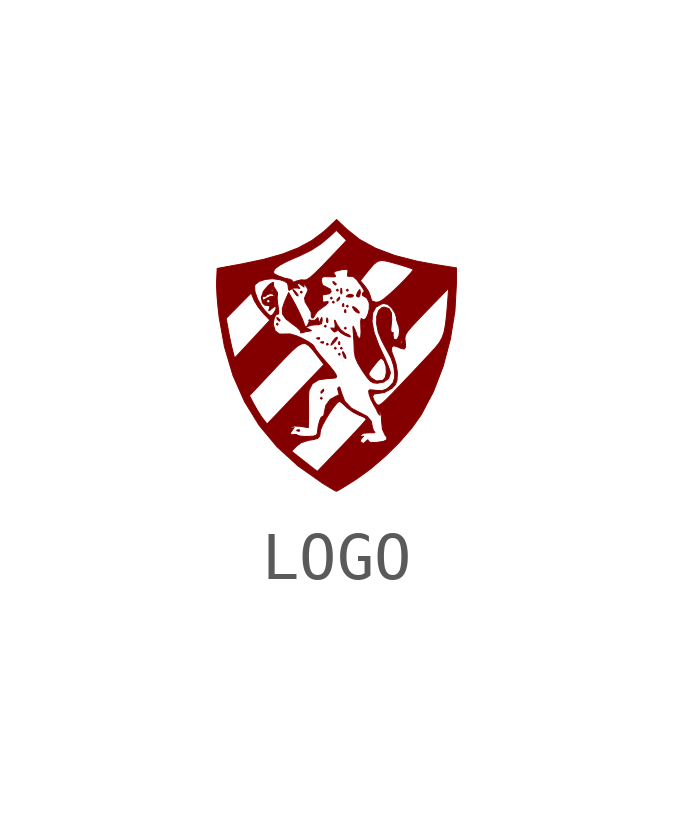
<source format=kicad_sym>
(kicad_symbol_lib
  (version 20220914)
  (generator "bitmap2component")
  (generator_version "9.0")
  (symbol "LOGO"
    (pin_names
      (offset 1.016))
    (property "Reference" "#G"
      (at 0 2.681 0)
      (effects (font (size 1.27 1.27)) hide))
    (symbol "LOGO_0_0"
      (polyline (pts (xy 0.035 -3.297) (xy 0.126 -3.244) (xy 0.259 -3.162) (xy 0.418 -3.061) (xy 0.717 -2.845) (xy 1.022 -2.583) (xy 1.312 -2.296) (xy 1.567 -2.003) (xy 1.765 -1.725) (xy 1.773 -1.712) (xy 2.023 -1.237) (xy 2.226 -0.709) (xy 2.376 -0.144) (xy 2.47 0.439) (xy 2.502 1.023) (xy 2.502 1.339) (xy 2.033 1.414) (xy 1.686 1.478) (xy 1.217 1.598) (xy 0.818 1.749) (xy 0.485 1.931) (xy 0.213 2.148) (xy 0.006 2.346) (xy -0.202 2.15) (xy -0.274 2.086) (xy -0.515 1.907) (xy -0.794 1.756) (xy -1.123 1.628) (xy -1.512 1.518) (xy -1.973 1.421) (xy -2.482 1.328) (xy -2.485 1.257) (xy -1.313 1.257) (xy -1.279 1.317) (xy -1.267 1.331) (xy -1.182 1.393) (xy -1.048 1.466) (xy -0.889 1.538) (xy -0.759 1.593) (xy -0.52 1.71) (xy -0.322 1.839) (xy -0.135 1.997) (xy 0.001 2.124) (xy 0.107 2.018) (xy 0.214 1.911) (xy -0.191 1.486) (xy -0.296 1.376) (xy 0.167 1.376) (xy 0.188 1.397) (xy 0.208 1.376) (xy 0.188 1.356) (xy 0.167 1.376) (xy -0.296 1.376) (xy -0.444 1.23) (xy -0.55 1.137) (xy -0.623 1.091) (xy -0.671 1.086) (xy -0.732 1.091) (xy -0.833 1.065) (xy -0.889 1.042) (xy -0.918 1.062) (xy -0.925 1.083) (xy -0.982 1.105) (xy -0.992 1.106) (xy -1.08 1.126) (xy -1.193 1.167) (xy -1.22 1.178) (xy -1.298 1.218) (xy -1.313 1.257) (xy -2.485 1.257) (xy -2.494 1.07) (xy -2.495 0.963) (xy -1.703 0.963) (xy -1.69 0.993) (xy -1.611 1.057) (xy -1.483 1.099) (xy -1.332 1.114) (xy -1.181 1.095) (xy -1.072 1.059) (xy -1.015 1.014) (xy -1.001 0.946) (xy -1 0.913) (xy -0.985 0.871) (xy -0.939 0.896) (xy -0.895 0.92) (xy -0.808 0.921) (xy -0.794 0.916) (xy -0.761 0.913) (xy -0.792 0.958) (xy -0.803 0.973) (xy -0.815 1.015) (xy -0.778 1.015) (xy -0.711 0.97) (xy -0.706 0.965) (xy -0.672 0.94) (xy -0.688 0.98) (xy -0.692 0.988) (xy -0.693 1.01) (xy -0.643 0.969) (xy -0.623 0.95) (xy -0.588 0.886) (xy -0.616 0.813) (xy -0.624 0.8) (xy -0.662 0.711) (xy -0.649 0.628) (xy -0.581 0.518) (xy -0.571 0.502) (xy -0.525 0.414) (xy -0.519 0.358) (xy -0.525 0.345) (xy -0.506 0.295) (xy -0.479 0.298) (xy -0.447 0.355) (xy -0.445 0.361) (xy -0.39 0.439) (xy -0.296 0.511) (xy -0.22 0.563) (xy -0.172 0.613) (xy -0.173 0.641) (xy -0.23 0.631) (xy -0.27 0.625) (xy -0.289 0.661) (xy -0.291 0.761) (xy -0.271 0.781) (xy -0.197 0.792) (xy -0.146 0.801) (xy -0.107 0.843) (xy -0.128 0.897) (xy -0.209 0.939) (xy -0.287 0.978) (xy -0.313 1.065) (xy -0.313 1.077) (xy -0.301 1.137) (xy -0.255 1.158) (xy -0.149 1.155) (xy -0.05 1.151) (xy -0.015 1.164) (xy -0.035 1.202) (xy -0.054 1.231) (xy -0.039 1.263) (xy 0.046 1.288) (xy 0.135 1.304) (xy 0.216 1.31) (xy 0.245 1.286) (xy 0.237 1.227) (xy 0.232 1.17) (xy 0.267 1.161) (xy 0.29 1.167) (xy 0.353 1.157) (xy 0.425 1.093) (xy 0.441 1.071) (xy 0.499 1.071) (xy 0.62 1.224) (xy 0.678 1.296) (xy 0.778 1.413) (xy 0.861 1.477) (xy 0.95 1.495) (xy 1.07 1.476) (xy 1.244 1.427) (xy 1.302 1.411) (xy 1.449 1.365) (xy 1.556 1.329) (xy 1.603 1.309) (xy 1.591 1.283) (xy 1.531 1.21) (xy 1.431 1.102) (xy 1.302 0.972) (xy 1.196 0.871) (xy 1.065 0.754) (xy 0.96 0.671) (xy 0.897 0.634) (xy 0.827 0.623) (xy 0.739 0.651) (xy 0.709 0.738) (xy 0.708 0.751) (xy 0.673 0.844) (xy 0.604 0.947) (xy 0.499 1.071) (xy 0.441 1.071) (xy 0.519 0.966) (xy 0.553 0.914) (xy 0.589 0.848) (xy 0.585 0.834) (xy 0.563 0.838) (xy 0.542 0.795) (xy 0.548 0.764) (xy 0.589 0.74) (xy 0.59 0.741) (xy 0.635 0.712) (xy 0.678 0.631) (xy 0.688 0.588) (xy 0.686 0.485) (xy 0.662 0.382) (xy 0.624 0.298) (xy 0.579 0.255) (xy 0.537 0.274) (xy 0.517 0.285) (xy 0.507 0.228) (xy 0.51 0.125) (xy 0.542 0.125) (xy 0.563 0.146) (xy 0.584 0.125) (xy 0.563 0.104) (xy 0.542 0.125) (xy 0.51 0.125) (xy 0.511 0.093) (xy 0.515 0.004) (xy 0.508 -0.104) (xy 0.482 -0.133) (xy 0.471 -0.128) (xy 0.434 -0.08) (xy 0.42 -0.028) (xy 0.384 0.063) (xy 0.374 0.083) (xy 0.351 0.125) (xy 0.345 0.1) (xy 0.353 0.000100) (xy 0.356 -0.033) (xy 0.366 -0.196) (xy 0.372 -0.36) (xy 0.374 -0.399) (xy 0.394 -0.522) (xy 0.448 -0.649) (xy 0.546 -0.808) (xy 0.555 -0.823) (xy 0.576 -0.852) (xy 0.678 -0.852) (xy 0.716 -0.787) (xy 0.8 -0.679) (xy 0.856 -0.61) (xy 0.913 -0.553) (xy 0.951 -0.548) (xy 0.987 -0.587) (xy 1 -0.607) (xy 1.035 -0.713) (xy 1.042 -0.835) (xy 1.022 -0.94) (xy 0.977 -0.996) (xy 0.954 -1.005) (xy 0.833 -1.016) (xy 0.733 -0.956) (xy 0.719 -0.943) (xy 0.681 -0.896) (xy 0.678 -0.852) (xy 0.576 -0.852) (xy 0.646 -0.951) (xy 0.714 -1.024) (xy 0.777 -1.056) (xy 0.855 -1.063) (xy 0.989 -1.038) (xy 1.089 -0.963) (xy 1.126 -0.851) (xy 1.118 -0.811) (xy 1.08 -0.703) (xy 1.017 -0.554) (xy 0.937 -0.384) (xy 0.888 -0.279) (xy 0.787 -0.009) (xy 0.743 0.218) (xy 0.754 0.396) (xy 0.823 0.521) (xy 0.947 0.59) (xy 0.988 0.597) (xy 1.07 0.581) (xy 1.154 0.505) (xy 1.161 0.496) (xy 1.225 0.396) (xy 1.251 0.308) (xy 1.257 0.253) (xy 1.292 0.147) (xy 1.303 0.123) (xy 1.318 0.027) (xy 1.306 -0.071) (xy 1.272 -0.142) (xy 1.222 -0.158) (xy 1.191 -0.133) (xy 1.181 -0.057) (xy 1.186 -0.013) (xy 1.159 -0.005) (xy 1.146 -0.006) (xy 1.134 0.049) (xy 1.146 0.184) (xy 1.153 0.245) (xy 1.147 0.401) (xy 1.096 0.492) (xy 0.997 0.521) (xy 0.953 0.514) (xy 0.881 0.449) (xy 0.842 0.331) (xy 0.839 0.177) (xy 0.872 0.005) (xy 0.943 -0.17) (xy 0.962 -0.205) (xy 1.338 -0.205) (xy 1.345 -0.164) (xy 1.363 -0.18) (xy 1.37 -0.204) (xy 1.36 -0.26) (xy 1.345 -0.259) (xy 1.338 -0.205) (xy 0.962 -0.205) (xy 0.982 -0.243) (xy 1.065 -0.399) (xy 1.134 -0.528) (xy 1.144 -0.549) (xy 1.195 -0.703) (xy 1.217 -0.86) (xy 1.214 -0.95) (xy 1.182 -1.052) (xy 1.103 -1.139) (xy 1.042 -1.185) (xy 0.948 -1.22) (xy 0.822 -1.212) (xy 0.768 -1.204) (xy 0.693 -1.2) (xy 0.672 -1.228) (xy 0.686 -1.302) (xy 0.699 -1.338) (xy 0.753 -1.338) (xy 0.788 -1.287) (xy 0.894 -1.272) (xy 1 -1.256) (xy 1.155 -1.171) (xy 1.229 -1.094) (xy 1.263 -1.004) (xy 1.271 -0.869) (xy 1.269 -0.82) (xy 1.241 -0.652) (xy 1.192 -0.508) (xy 1.154 -0.411) (xy 1.149 -0.319) (xy 1.194 -0.282) (xy 1.286 -0.309) (xy 1.327 -0.33) (xy 1.41 -0.352) (xy 1.443 -0.31) (xy 1.436 -0.198) (xy 1.429 -0.15) (xy 1.431 -0.096) (xy 1.451 -0.039) (xy 1.498 0.031) (xy 1.579 0.126) (xy 1.702 0.258) (xy 1.875 0.438) (xy 2.34 0.918) (xy 2.313 0.563) (xy 2.297 0.368) (xy 2.273 0.156) (xy 2.243 -0.002) (xy 2.2 -0.123) (xy 2.142 -0.224) (xy 2.062 -0.322) (xy 2.009 -0.381) (xy 1.894 -0.505) (xy 1.744 -0.665) (xy 1.573 -0.847) (xy 1.394 -1.035) (xy 1.336 -1.095) (xy 1.169 -1.271) (xy 1.047 -1.394) (xy 0.963 -1.473) (xy 0.907 -1.513) (xy 0.87 -1.522) (xy 0.843 -1.507) (xy 0.818 -1.474) (xy 0.789 -1.43) (xy 0.753 -1.338) (xy 0.699 -1.338) (xy 0.721 -1.401) (xy 0.784 -1.522) (xy 0.832 -1.603) (xy 0.854 -1.654) (xy 0.856 -1.664) (xy 0.893 -1.717) (xy 0.909 -1.728) (xy 0.901 -1.7) (xy 0.891 -1.675) (xy 0.907 -1.647) (xy 0.92 -1.661) (xy 0.937 -1.736) (xy 0.943 -1.854) (xy 0.96 -2.022) (xy 1.016 -2.142) (xy 1.053 -2.192) (xy 1.05 -2.242) (xy 0.979 -2.275) (xy 0.831 -2.297) (xy 0.819 -2.298) (xy 0.705 -2.296) (xy 0.666 -2.262) (xy 0.655 -2.241) (xy 0.614 -2.277) (xy 0.57 -2.317) (xy 0.517 -2.298) (xy 0.496 -2.256) (xy 0.538 -2.197) (xy 0.567 -2.168) (xy 0.547 -2.171) (xy 0.513 -2.181) (xy 0.509 -2.143) (xy 0.563 -2.103) (xy 0.692 -2.095) (xy 0.732 -2.096) (xy 0.8 -2.093) (xy 0.803 -2.081) (xy 0.774 -2.054) (xy 0.751 -1.975) (xy 0.726 -1.853) (xy 0.64 -1.752) (xy 0.482 -1.671) (xy 0.315 -1.584) (xy 0.174 -1.437) (xy 0.1 -1.243) (xy 0.094 -1.214) (xy 0.068 -1.142) (xy 0.039 -1.152) (xy 0.028 -1.183) (xy 0.048 -1.258) (xy 0.052 -1.264) (xy 0.056 -1.307) (xy -0.015 -1.337) (xy -0.13 -1.402) (xy -0.217 -1.523) (xy -0.25 -1.669) (xy -0.26 -1.737) (xy -0.287 -1.755) (xy -0.317 -1.773) (xy -0.35 -1.851) (xy -0.378 -1.963) (xy -0.393 -2.085) (xy -0.393 -2.096) (xy -0.413 -2.142) (xy -0.473 -2.165) (xy -0.596 -2.172) (xy -0.662 -2.172) (xy -0.766 -2.162) (xy -0.817 -2.143) (xy -0.833 -2.13) (xy -0.898 -2.133) (xy -0.947 -2.137) (xy -0.954 -2.096) (xy -0.907 -2.025) (xy -0.903 -2.02) (xy -0.877 -1.986) (xy -0.914 -2.002) (xy -0.948 -2.016) (xy -0.941 -1.984) (xy -0.879 -1.953) (xy -0.747 -1.961) (xy -0.584 -1.988) (xy -0.579 -1.787) (xy -0.578 -1.739) (xy -0.578 -1.553) (xy -0.582 -1.376) (xy -0.568 -1.207) (xy -0.499 -1.072) (xy -0.368 -0.992) (xy -0.172 -0.964) (xy -0.091 -0.961) (xy -0.013 -0.951) (xy 0.008 -0.925) (xy -0.011 -0.876) (xy -0.011 -0.875) (xy -0.061 -0.802) (xy -0.149 -0.693) (xy -0.257 -0.57) (xy -0.265 -0.561) (xy -0.363 -0.446) (xy -0.434 -0.352) (xy -0.461 -0.299) (xy -0.493 -0.26) (xy -0.582 -0.199) (xy -0.707 -0.131) (xy -0.831 -0.075) (xy -0.967 -0.036) (xy -1.073 -0.039) (xy -1.185 -0.039) (xy -1.273 0.026) (xy -1.312 0.157) (xy -1.312 0.202) (xy -1.292 0.298) (xy -1.255 0.366) (xy -1.213 0.378) (xy -1.204 0.382) (xy -1.2 0.441) (xy -1.215 0.548) (xy -1.224 0.606) (xy -1.234 0.717) (xy -1.226 0.779) (xy -1.227 0.824) (xy -1.272 0.897) (xy -1.31 0.959) (xy -1.311 1.026) (xy -1.308 1.032) (xy -1.323 1.038) (xy -1.385 0.999) (xy -1.417 0.972) (xy -1.492 0.883) (xy -1.363 0.883) (xy -1.356 0.888) (xy -1.307 0.883) (xy -1.3 0.87) (xy -1.335 0.855) (xy -1.357 0.858) (xy -1.363 0.883) (xy -1.492 0.883) (xy -1.519 0.85) (xy -1.562 0.723) (xy -1.559 0.711) (xy -1.543 0.711) (xy -1.537 0.741) (xy -1.502 0.751) (xy -1.486 0.744) (xy -1.46 0.76) (xy -1.444 0.782) (xy -1.376 0.802) (xy -1.327 0.797) (xy -1.293 0.762) (xy -1.295 0.747) (xy -1.321 0.744) (xy -1.367 0.746) (xy -1.446 0.708) (xy -1.497 0.677) (xy -1.536 0.668) (xy -1.543 0.711) (xy -1.559 0.711) (xy -1.546 0.647) (xy -1.46 0.647) (xy -1.459 0.656) (xy -1.418 0.688) (xy -1.408 0.687) (xy -1.376 0.647) (xy -1.378 0.637) (xy -1.418 0.605) (xy -1.428 0.606) (xy -1.46 0.647) (xy -1.546 0.647) (xy -1.538 0.612) (xy -1.494 0.566) (xy -1.424 0.554) (xy -1.382 0.556) (xy -1.392 0.5) (xy -1.408 0.453) (xy -1.396 0.448) (xy -1.337 0.499) (xy -1.288 0.533) (xy -1.253 0.527) (xy -1.259 0.473) (xy -1.31 0.385) (xy -1.329 0.362) (xy -1.366 0.341) (xy -1.413 0.369) (xy -1.492 0.454) (xy -1.556 0.538) (xy -1.642 0.692) (xy -1.695 0.843) (xy -1.703 0.963) (xy -2.495 0.963) (xy -2.495 0.959) (xy -2.486 0.766) (xy -2.467 0.542) (xy -2.442 0.318) (xy -2.437 0.289) (xy -2.295 0.289) (xy -2.034 0.553) (xy -1.773 0.817) (xy -1.717 0.679) (xy -1.7 0.642) (xy -1.621 0.516) (xy -1.522 0.396) (xy -1.383 0.25) (xy -1.751 -0.145) (xy -2.119 -0.54) (xy -2.162 -0.374) (xy -2.182 -0.293) (xy -2.217 -0.129) (xy -2.25 0.04) (xy -2.295 0.289) (xy -2.437 0.289) (xy -2.331 -0.301) (xy -2.154 -0.899) (xy -1.967 -1.322) (xy -1.81 -1.322) (xy -1.276 -0.756) (xy -1.269 -0.748) (xy -1.071 -0.539) (xy -0.92 -0.387) (xy -0.805 -0.288) (xy -0.715 -0.24) (xy -0.641 -0.238) (xy -0.572 -0.281) (xy -0.496 -0.363) (xy -0.403 -0.482) (xy -0.258 -0.673) (xy -0.85 -1.293) (xy -1.442 -1.913) (xy -1.526 -1.806) (xy -1.554 -1.768) (xy -1.633 -1.646) (xy -1.71 -1.511) (xy -1.81 -1.322) (xy -1.967 -1.322) (xy -1.913 -1.444) (xy -1.608 -1.939) (xy -1.236 -2.386) (xy -1.135 -2.478) (xy -0.933 -2.478) (xy -0.825 -2.37) (xy -0.733 -2.301) (xy -0.566 -2.249) (xy -0.491 -2.24) (xy -0.391 -2.213) (xy -0.345 -2.161) (xy -0.334 -2.067) (xy -0.328 -2.036) (xy -0.289 -1.94) (xy -0.221 -1.814) (xy -0.139 -1.681) (xy -0.055 -1.56) (xy 0.018 -1.473) (xy 0.066 -1.439) (xy 0.074 -1.442) (xy 0.13 -1.485) (xy 0.212 -1.561) (xy 0.226 -1.575) (xy 0.351 -1.667) (xy 0.479 -1.731) (xy 0.503 -1.739) (xy 0.59 -1.778) (xy 0.625 -1.81) (xy 0.605 -1.84) (xy 0.534 -1.922) (xy 0.423 -2.045) (xy 0.28 -2.197) (xy 0.115 -2.37) (xy -0.396 -2.9) (xy -0.545 -2.785) (xy -0.571 -2.764) (xy -0.7 -2.663) (xy -0.813 -2.574) (xy -0.933 -2.478) (xy -1.135 -2.478) (xy -0.796 -2.787) (xy -0.287 -3.146) (xy -0.265 -3.159) (xy -0.138 -3.237) (xy -0.043 -3.292) (xy 0.001 -3.313) (xy 0.035 -3.297)) (stroke (width 0.01) (type default)) (fill (type outline)))
      (polyline (pts (xy -0.77 -2.061) (xy -0.765 -2.037) (xy -0.771 -2.032) (xy -0.82 -2.037) (xy -0.827 -2.049) (xy -0.792 -2.064) (xy -0.77 -2.061)) (stroke (width 0.01) (type default)) (fill (type outline)))
      (polyline (pts (xy -0.292 -1.376) (xy -0.313 -1.355) (xy -0.334 -1.376) (xy -0.313 -1.397) (xy -0.292 -1.376)) (stroke (width 0.01) (type default)) (fill (type outline)))
      (polyline (pts (xy -0.31 -1.27) (xy -0.271 -1.23) (xy -0.263 -1.216) (xy -0.266 -1.189) (xy -0.274 -1.19) (xy -0.313 -1.23) (xy -0.321 -1.245) (xy -0.318 -1.272) (xy -0.31 -1.27)) (stroke (width 0.01) (type default)) (fill (type outline)))
      (polyline (pts (xy 0.2 -0.52) (xy 0.172 -0.451) (xy 0.137 -0.404) (xy 0.127 -0.42) (xy 0.151 -0.499) (xy 0.168 -0.532) (xy 0.197 -0.547) (xy 0.2 -0.52)) (stroke (width 0.01) (type default)) (fill (type outline)))
      (polyline (pts (xy 0.083 -0.459) (xy 0.062 -0.438) (xy 0.042 -0.459) (xy 0.062 -0.48) (xy 0.083 -0.459)) (stroke (width 0.01) (type default)) (fill (type outline)))
      (polyline (pts (xy -0.000100 -0.334) (xy -0.021 -0.313) (xy -0.042 -0.334) (xy -0.021 -0.354) (xy -0.000100 -0.334)) (stroke (width 0.01) (type default)) (fill (type outline)))
      (polyline (pts (xy 0.125 -0.334) (xy 0.104 -0.313) (xy 0.083 -0.334) (xy 0.104 -0.354) (xy 0.125 -0.334)) (stroke (width 0.01) (type default)) (fill (type outline)))
      (polyline (pts (xy -0.167 -0.25) (xy -0.188 -0.229) (xy -0.209 -0.25) (xy -0.188 -0.271) (xy -0.167 -0.25)) (stroke (width 0.01) (type default)) (fill (type outline)))
      (polyline (pts (xy -0.081 -0.249) (xy -0.021 -0.188) (xy 0.021 -0.13) (xy 0.016 -0.104) (xy -0.019 -0.122) (xy -0.074 -0.188) (xy -0.104 -0.241) (xy -0.111 -0.271) (xy -0.081 -0.249)) (stroke (width 0.01) (type default)) (fill (type outline)))
      (polyline (pts (xy 0.074 -0.251) (xy 0.069 -0.202) (xy 0.057 -0.195) (xy 0.042 -0.229) (xy 0.045 -0.251) (xy 0.069 -0.257) (xy 0.074 -0.251)) (stroke (width 0.01) (type default)) (fill (type outline)))
      (polyline (pts (xy -0.27 -0.226) (xy -0.264 -0.202) (xy -0.27 -0.197) (xy -0.32 -0.202) (xy -0.326 -0.214) (xy -0.292 -0.229) (xy -0.27 -0.226)) (stroke (width 0.01) (type default)) (fill (type outline)))
      (polyline (pts (xy -0.353 -0.143) (xy -0.348 -0.118) (xy -0.354 -0.113) (xy -0.403 -0.118) (xy -0.41 -0.131) (xy -0.376 -0.146) (xy -0.353 -0.143)) (stroke (width 0.01) (type default)) (fill (type outline)))
      (polyline (pts (xy 0.292 -0.082) (xy 0.264 -0.057) (xy 0.186 -0.02) (xy 0.179 -0.018) (xy 0.089 0.052) (xy 0.017 0.156) (xy 0.005 0.182) (xy -0.029 0.251) (xy -0.038 0.247) (xy -0.028 0.175) (xy -0.024 0.141) (xy -0.031 0.082) (xy -0.074 0.082) (xy -0.087 0.087) (xy -0.115 0.088) (xy -0.083 0.041) (xy -0.039 0.003) (xy 0.001 0.023) (xy 0.025 0.049) (xy 0.061 0.022) (xy 0.097 -0.014) (xy 0.181 -0.063) (xy 0.183 -0.064) (xy 0.261 -0.094) (xy 0.289 -0.099) (xy 0.292 -0.082)) (stroke (width 0.01) (type default)) (fill (type outline)))
      (polyline (pts (xy -0.695 -0.007) (xy -0.649 0.007) (xy -0.549 0.024) (xy -0.543 0.024) (xy -0.519 0.035) (xy -0.574 0.064) (xy -0.633 0.1) (xy -0.668 0.155) (xy -0.674 0.186) (xy -0.713 0.284) (xy -0.776 0.421) (xy -0.853 0.575) (xy -0.936 0.725) (xy -0.993 0.824) (xy -1.074 0.641) (xy -1.077 0.634) (xy -1.126 0.487) (xy -1.118 0.373) (xy -1.046 0.272) (xy -0.904 0.163) (xy -0.825 0.105) (xy -0.755 0.039) (xy -0.741 0.000100) (xy -0.744 -0.015) (xy -0.695 -0.007)) (stroke (width 0.01) (type default)) (fill (type outline)))
      (polyline (pts (xy 0.208 0.084) (xy 0.188 0.104) (xy 0.167 0.084) (xy 0.188 0.063) (xy 0.208 0.084)) (stroke (width 0.01) (type default)) (fill (type outline)))
      (polyline (pts (xy -0.588 0.123) (xy -0.52 0.146) (xy -0.411 0.155) (xy -0.373 0.155) (xy -0.309 0.177) (xy -0.295 0.243) (xy -0.297 0.285) (xy -0.306 0.308) (xy -0.334 0.25) (xy -0.37 0.167) (xy -0.373 0.25) (xy -0.373 0.257) (xy -0.384 0.305) (xy -0.414 0.276) (xy -0.444 0.248) (xy -0.526 0.246) (xy -0.566 0.258) (xy -0.573 0.246) (xy -0.565 0.217) (xy -0.595 0.152) (xy -0.603 0.142) (xy -0.625 0.107) (xy -0.588 0.123)) (stroke (width 0.01) (type default)) (fill (type outline)))
      (polyline (pts (xy -0.209 0.125) (xy -0.23 0.146) (xy -0.25 0.125) (xy -0.23 0.104) (xy -0.209 0.125)) (stroke (width 0.01) (type default)) (fill (type outline)))
      (polyline (pts (xy -1.21 0.167) (xy -1.23 0.188) (xy -1.251 0.167) (xy -1.23 0.146) (xy -1.21 0.167)) (stroke (width 0.01) (type default)) (fill (type outline)))
      (polyline (pts (xy -0.175 0.214) (xy -0.18 0.279) (xy -0.195 0.298) (xy -0.205 0.254) (xy -0.202 0.211) (xy -0.183 0.199) (xy -0.175 0.214)) (stroke (width 0.01) (type default)) (fill (type outline)))
      (polyline (pts (xy -1.181 0.23) (xy -1.171 0.254) (xy -1.216 0.296) (xy -1.239 0.306) (xy -1.234 0.278) (xy -1.222 0.259) (xy -1.186 0.23) (xy -1.181 0.23)) (stroke (width 0.01) (type default)) (fill (type outline)))
      (polyline (pts (xy 0.2 0.416) (xy 0.195 0.466) (xy 0.182 0.472) (xy 0.167 0.438) (xy 0.17 0.416) (xy 0.195 0.41) (xy 0.2 0.416)) (stroke (width 0.01) (type default)) (fill (type outline)))
      (polyline (pts (xy 0.479 0.418) (xy 0.435 0.474) (xy 0.413 0.495) (xy 0.352 0.535) (xy 0.335 0.522) (xy 0.374 0.46) (xy 0.41 0.425) (xy 0.471 0.396) (xy 0.479 0.418)) (stroke (width 0.01) (type default)) (fill (type outline)))
      (polyline (pts (xy 0.158 0.541) (xy 0.153 0.591) (xy 0.14 0.598) (xy 0.125 0.563) (xy 0.128 0.541) (xy 0.153 0.535) (xy 0.158 0.541)) (stroke (width 0.01) (type default)) (fill (type outline)))
      (polyline (pts (xy 0.25 0.542) (xy 0.229 0.563) (xy 0.208 0.542) (xy 0.229 0.521) (xy 0.25 0.542)) (stroke (width 0.01) (type default)) (fill (type outline)))
      (polyline (pts (xy -0.042 0.626) (xy -0.063 0.647) (xy -0.084 0.626) (xy -0.063 0.605) (xy -0.042 0.626)) (stroke (width 0.01) (type default)) (fill (type outline)))
      (polyline (pts (xy 0.023 0.648) (xy 0.062 0.688) (xy 0.07 0.703) (xy 0.067 0.73) (xy 0.06 0.728) (xy 0.021 0.688) (xy 0.013 0.673) (xy 0.016 0.647) (xy 0.023 0.648)) (stroke (width 0.01) (type default)) (fill (type outline)))
      (polyline (pts (xy -0.084 0.709) (xy -0.104 0.73) (xy -0.125 0.709) (xy -0.104 0.688) (xy -0.084 0.709)) (stroke (width 0.01) (type default)) (fill (type outline)))
      (polyline (pts (xy -0.802 0.785) (xy -0.852 0.846) (xy -0.894 0.885) (xy -0.907 0.888) (xy -0.872 0.826) (xy -0.83 0.769) (xy -0.797 0.754) (xy -0.802 0.785)) (stroke (width 0.01) (type default)) (fill (type outline)))
      (polyline (pts (xy 0.342 0.738) (xy 0.356 0.77) (xy 0.355 0.77) (xy 0.307 0.789) (xy 0.241 0.778) (xy 0.208 0.746) (xy 0.225 0.737) (xy 0.294 0.73) (xy 0.342 0.738)) (stroke (width 0.01) (type default)) (fill (type outline)))
      (polyline (pts (xy 0.485 0.751) (xy 0.5 0.824) (xy 0.499 0.846) (xy 0.489 0.888) (xy 0.459 0.855) (xy 0.439 0.82) (xy 0.418 0.761) (xy 0.419 0.754) (xy 0.459 0.73) (xy 0.485 0.751)) (stroke (width 0.01) (type default)) (fill (type outline)))
      (polyline (pts (xy 0.111 0.803) (xy 0.117 0.822) (xy 0.111 0.907) (xy 0.097 0.914) (xy 0.09 0.855) (xy 0.096 0.798) (xy 0.111 0.803)) (stroke (width 0.01) (type default)) (fill (type outline)))
      (polyline (pts (xy -0.709 0.834) (xy -0.73 0.855) (xy -0.751 0.834) (xy -0.73 0.813) (xy -0.709 0.834)) (stroke (width 0.01) (type default)) (fill (type outline)))
      (polyline (pts (xy 0.042 0.876) (xy 0.021 0.897) (xy -0.000100 0.876) (xy 0.021 0.855) (xy 0.042 0.876)) (stroke (width 0.01) (type default)) (fill (type outline)))
      (polyline (pts (xy 0.25 0.876) (xy 0.229 0.897) (xy 0.208 0.876) (xy 0.229 0.855) (xy 0.25 0.876)) (stroke (width 0.01) (type default)) (fill (type outline)))
      (polyline (pts (xy -0.000100 0.999) (xy -0.004 1.008) (xy -0.048 1.047) (xy -0.071 1.057) (xy -0.067 1.028) (xy -0.061 1.02) (xy -0.02 0.982) (xy -0.000100 0.999)) (stroke (width 0.01) (type default)) (fill (type outline))))))
</source>
